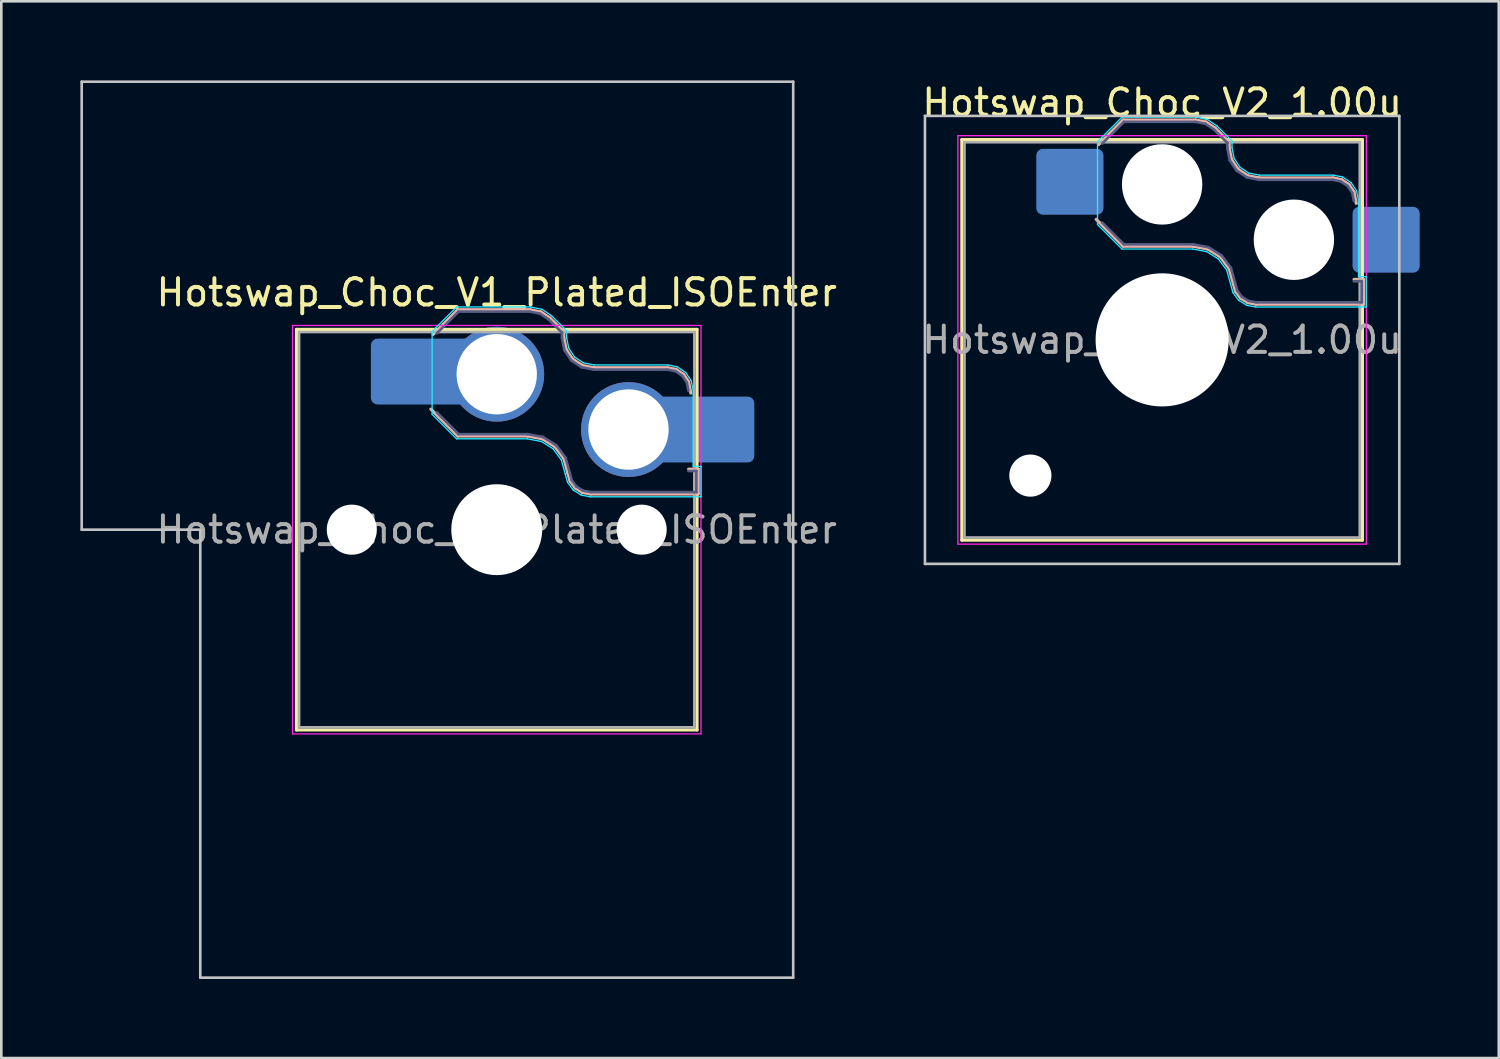
<source format=kicad_pcb>
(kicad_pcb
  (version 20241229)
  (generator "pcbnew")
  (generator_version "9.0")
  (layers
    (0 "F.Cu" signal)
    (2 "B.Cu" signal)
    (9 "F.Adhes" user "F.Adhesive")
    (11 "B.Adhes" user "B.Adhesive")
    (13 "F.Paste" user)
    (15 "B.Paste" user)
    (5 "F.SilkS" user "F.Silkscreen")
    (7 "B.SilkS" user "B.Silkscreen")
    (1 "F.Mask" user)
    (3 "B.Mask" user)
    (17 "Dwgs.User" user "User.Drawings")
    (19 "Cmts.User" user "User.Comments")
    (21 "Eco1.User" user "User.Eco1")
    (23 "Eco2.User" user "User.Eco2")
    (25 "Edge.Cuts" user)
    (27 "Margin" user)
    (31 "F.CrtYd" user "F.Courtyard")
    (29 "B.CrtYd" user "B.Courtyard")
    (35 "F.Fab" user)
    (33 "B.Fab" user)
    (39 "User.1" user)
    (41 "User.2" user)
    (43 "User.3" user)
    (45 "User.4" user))
  (footprint "Hotswap_Choc_V2_1.00u"
    (layer "F.Cu")
    (at 41.05 9.848)
    (property "Reference" "Hotswap_Choc_V2_1.00u" (at 0 -9 0) (layer "F.SilkS") (effects (font (size 1 1) (thickness 0.15))))
    (attr smd)
    (fp_line (start -7.6 -7.6) (end -7.6 7.6) (stroke (width 0.12) (type solid)) (layer "F.SilkS"))
    (fp_line (start -7.6 7.6) (end 7.6 7.6) (stroke (width 0.12) (type solid)) (layer "F.SilkS"))
    (fp_line (start 7.6 -7.6) (end -7.6 -7.6) (stroke (width 0.12) (type solid)) (layer "F.SilkS"))
    (fp_line (start 7.6 7.6) (end 7.6 -7.6) (stroke (width 0.12) (type solid)) (layer "F.SilkS"))
    (fp_line (start -2.416 -7.409) (end -1.479 -8.346) (stroke (width 0.12) (type solid)) (layer "B.SilkS"))
    (fp_line (start -1.479 -8.346) (end 1.268 -8.346) (stroke (width 0.12) (type solid)) (layer "B.SilkS"))
    (fp_line (start -1.479 -3.554) (end -2.5 -4.575) (stroke (width 0.12) (type solid)) (layer "B.SilkS"))
    (fp_line (start 1.168 -3.554) (end -1.479 -3.554) (stroke (width 0.12) (type solid)) (layer "B.SilkS"))
    (fp_line (start 1.268 -8.346) (end 1.671 -8.266) (stroke (width 0.12) (type solid)) (layer "B.SilkS"))
    (fp_line (start 1.671 -8.266) (end 2.013 -8.037) (stroke (width 0.12) (type solid)) (layer "B.SilkS"))
    (fp_line (start 1.73 -3.449) (end 1.168 -3.554) (stroke (width 0.12) (type solid)) (layer "B.SilkS"))
    (fp_line (start 2.013 -8.037) (end 2.546 -7.504) (stroke (width 0.12) (type solid)) (layer "B.SilkS"))
    (fp_line (start 2.209 -3.15) (end 1.73 -3.449) (stroke (width 0.12) (type solid)) (layer "B.SilkS"))
    (fp_line (start 2.546 -7.504) (end 2.546 -7.282) (stroke (width 0.12) (type solid)) (layer "B.SilkS"))
    (fp_line (start 2.546 -7.282) (end 2.633 -6.844) (stroke (width 0.12) (type solid)) (layer "B.SilkS"))
    (fp_line (start 2.547 -2.697) (end 2.209 -3.15) (stroke (width 0.12) (type solid)) (layer "B.SilkS"))
    (fp_line (start 2.633 -6.844) (end 2.877 -6.477) (stroke (width 0.12) (type solid)) (layer "B.SilkS"))
    (fp_line (start 2.701 -2.139) (end 2.547 -2.697) (stroke (width 0.12) (type solid)) (layer "B.SilkS"))
    (fp_line (start 2.783 -1.841) (end 2.701 -2.139) (stroke (width 0.12) (type solid)) (layer "B.SilkS"))
    (fp_line (start 2.877 -6.477) (end 3.244 -6.233) (stroke (width 0.12) (type solid)) (layer "B.SilkS"))
    (fp_line (start 2.976 -1.583) (end 2.783 -1.841) (stroke (width 0.12) (type solid)) (layer "B.SilkS"))
    (fp_line (start 3.244 -6.233) (end 3.682 -6.146) (stroke (width 0.12) (type solid)) (layer "B.SilkS"))
    (fp_line (start 3.25 -1.413) (end 2.976 -1.583) (stroke (width 0.12) (type solid)) (layer "B.SilkS"))
    (fp_line (start 3.56 -1.354) (end 3.25 -1.413) (stroke (width 0.12) (type solid)) (layer "B.SilkS"))
    (fp_line (start 3.682 -6.146) (end 6.482 -6.146) (stroke (width 0.12) (type solid)) (layer "B.SilkS"))
    (fp_line (start 6.482 -6.146) (end 6.809 -6.081) (stroke (width 0.12) (type solid)) (layer "B.SilkS"))
    (fp_line (start 6.809 -6.081) (end 7.092 -5.892) (stroke (width 0.12) (type solid)) (layer "B.SilkS"))
    (fp_line (start 7.092 -5.892) (end 7.281 -5.609) (stroke (width 0.12) (type solid)) (layer "B.SilkS"))
    (fp_line (start 7.281 -5.609) (end 7.366 -5.182) (stroke (width 0.12) (type solid)) (layer "B.SilkS"))
    (fp_line (start 7.283 -2.296) (end 7.646 -2.296) (stroke (width 0.12) (type solid)) (layer "B.SilkS"))
    (fp_line (start 7.646 -2.296) (end 7.646 -1.354) (stroke (width 0.12) (type solid)) (layer "B.SilkS"))
    (fp_line (start 7.646 -1.354) (end 3.56 -1.354) (stroke (width 0.12) (type solid)) (layer "B.SilkS"))
    (fp_line (start -9 -8.5) (end -9 8.5) (stroke (width 0.1) (type solid)) (layer "Dwgs.User"))
    (fp_line (start -9 8.5) (end 9 8.5) (stroke (width 0.1) (type solid)) (layer "Dwgs.User"))
    (fp_line (start 9 -8.5) (end -9 -8.5) (stroke (width 0.1) (type solid)) (layer "Dwgs.User"))
    (fp_line (start 9 8.5) (end 9 -8.5) (stroke (width 0.1) (type solid)) (layer "Dwgs.User"))
    (fp_line (start -7.25 -7.25) (end -7.25 7.25) (stroke (width 0.1) (type solid)) (layer "Eco1.User"))
    (fp_line (start -7.25 7.25) (end 7.25 7.25) (stroke (width 0.1) (type solid)) (layer "Eco1.User"))
    (fp_line (start 7.25 -7.25) (end -7.25 -7.25) (stroke (width 0.1) (type solid)) (layer "Eco1.User"))
    (fp_line (start 7.25 7.25) (end 7.25 -7.25) (stroke (width 0.1) (type solid)) (layer "Eco1.User"))
    (fp_line (start -2.452 -7.523) (end -1.523 -8.452) (stroke (width 0.05) (type solid)) (layer "B.CrtYd"))
    (fp_line (start -2.452 -4.377) (end -2.452 -7.523) (stroke (width 0.05) (type solid)) (layer "B.CrtYd"))
    (fp_line (start -1.523 -8.452) (end 1.278 -8.452) (stroke (width 0.05) (type solid)) (layer "B.CrtYd"))
    (fp_line (start -1.523 -3.448) (end -2.452 -4.377) (stroke (width 0.05) (type solid)) (layer "B.CrtYd"))
    (fp_line (start 1.159 -3.448) (end -1.523 -3.448) (stroke (width 0.05) (type solid)) (layer "B.CrtYd"))
    (fp_line (start 1.278 -8.452) (end 1.712 -8.366) (stroke (width 0.05) (type solid)) (layer "B.CrtYd"))
    (fp_line (start 1.691 -3.348) (end 1.159 -3.448) (stroke (width 0.05) (type solid)) (layer "B.CrtYd"))
    (fp_line (start 1.712 -8.366) (end 2.081 -8.119) (stroke (width 0.05) (type solid)) (layer "B.CrtYd"))
    (fp_line (start 2.081 -8.119) (end 2.652 -7.548) (stroke (width 0.05) (type solid)) (layer "B.CrtYd"))
    (fp_line (start 2.136 -3.071) (end 1.691 -3.348) (stroke (width 0.05) (type solid)) (layer "B.CrtYd"))
    (fp_line (start 2.45 -2.65) (end 2.136 -3.071) (stroke (width 0.05) (type solid)) (layer "B.CrtYd"))
    (fp_line (start 2.599 -2.111) (end 2.45 -2.65) (stroke (width 0.05) (type solid)) (layer "B.CrtYd"))
    (fp_line (start 2.652 -7.548) (end 2.652 -7.292) (stroke (width 0.05) (type solid)) (layer "B.CrtYd"))
    (fp_line (start 2.652 -7.292) (end 2.733 -6.885) (stroke (width 0.05) (type solid)) (layer "B.CrtYd"))
    (fp_line (start 2.687 -1.794) (end 2.599 -2.111) (stroke (width 0.05) (type solid)) (layer "B.CrtYd"))
    (fp_line (start 2.733 -6.885) (end 2.953 -6.553) (stroke (width 0.05) (type solid)) (layer "B.CrtYd"))
    (fp_line (start 2.903 -1.503) (end 2.687 -1.794) (stroke (width 0.05) (type solid)) (layer "B.CrtYd"))
    (fp_line (start 2.953 -6.553) (end 3.285 -6.333) (stroke (width 0.05) (type solid)) (layer "B.CrtYd"))
    (fp_line (start 3.211 -1.312) (end 2.903 -1.503) (stroke (width 0.05) (type solid)) (layer "B.CrtYd"))
    (fp_line (start 3.285 -6.333) (end 3.692 -6.252) (stroke (width 0.05) (type solid)) (layer "B.CrtYd"))
    (fp_line (start 3.55 -1.248) (end 3.211 -1.312) (stroke (width 0.05) (type solid)) (layer "B.CrtYd"))
    (fp_line (start 3.692 -6.252) (end 6.492 -6.252) (stroke (width 0.05) (type solid)) (layer "B.CrtYd"))
    (fp_line (start 6.492 -6.252) (end 6.85 -6.181) (stroke (width 0.05) (type solid)) (layer "B.CrtYd"))
    (fp_line (start 6.85 -6.181) (end 7.168 -5.968) (stroke (width 0.05) (type solid)) (layer "B.CrtYd"))
    (fp_line (start 7.168 -5.968) (end 7.381 -5.65) (stroke (width 0.05) (type solid)) (layer "B.CrtYd"))
    (fp_line (start 7.381 -5.65) (end 7.452 -5.292) (stroke (width 0.05) (type solid)) (layer "B.CrtYd"))
    (fp_line (start 7.452 -5.292) (end 7.452 -2.402) (stroke (width 0.05) (type solid)) (layer "B.CrtYd"))
    (fp_line (start 7.452 -2.402) (end 7.752 -2.402) (stroke (width 0.05) (type solid)) (layer "B.CrtYd"))
    (fp_line (start 7.752 -2.402) (end 7.752 -1.248) (stroke (width 0.05) (type solid)) (layer "B.CrtYd"))
    (fp_line (start 7.752 -1.248) (end 3.55 -1.248) (stroke (width 0.05) (type solid)) (layer "B.CrtYd"))
    (fp_line (start -7.75 -7.75) (end -7.75 7.75) (stroke (width 0.05) (type solid)) (layer "F.CrtYd"))
    (fp_line (start -7.75 7.75) (end 7.75 7.75) (stroke (width 0.05) (type solid)) (layer "F.CrtYd"))
    (fp_line (start 7.75 -7.75) (end -7.75 -7.75) (stroke (width 0.05) (type solid)) (layer "F.CrtYd"))
    (fp_line (start 7.75 7.75) (end 7.75 -7.75) (stroke (width 0.05) (type solid)) (layer "F.CrtYd"))
    (fp_line (start -2.275 -7.45) (end -1.45 -8.275) (stroke (width 0.1) (type solid)) (layer "B.Fab"))
    (fp_line (start -1.45 -8.275) (end 1.261 -8.275) (stroke (width 0.1) (type solid)) (layer "B.Fab"))
    (fp_line (start -1.45 -3.625) (end -2.275 -4.45) (stroke (width 0.1) (type solid)) (layer "B.Fab"))
    (fp_line (start 1.175 -3.625) (end -1.45 -3.625) (stroke (width 0.1) (type solid)) (layer "B.Fab"))
    (fp_line (start 1.261 -8.275) (end 1.643 -8.199) (stroke (width 0.1) (type solid)) (layer "B.Fab"))
    (fp_line (start 1.643 -8.199) (end 1.968 -7.982) (stroke (width 0.1) (type solid)) (layer "B.Fab"))
    (fp_line (start 1.756 -3.516) (end 1.175 -3.625) (stroke (width 0.1) (type solid)) (layer "B.Fab"))
    (fp_line (start 1.968 -7.982) (end 2.475 -7.475) (stroke (width 0.1) (type solid)) (layer "B.Fab"))
    (fp_line (start 2.258 -3.203) (end 1.756 -3.516) (stroke (width 0.1) (type solid)) (layer "B.Fab"))
    (fp_line (start 2.475 -7.475) (end 2.475 -7.275) (stroke (width 0.1) (type solid)) (layer "B.Fab"))
    (fp_line (start 2.475 -7.275) (end 2.566 -6.816) (stroke (width 0.1) (type solid)) (layer "B.Fab"))
    (fp_line (start 2.566 -6.816) (end 2.826 -6.426) (stroke (width 0.1) (type solid)) (layer "B.Fab"))
    (fp_line (start 2.612 -2.729) (end 2.258 -3.203) (stroke (width 0.1) (type solid)) (layer "B.Fab"))
    (fp_line (start 2.769 -2.158) (end 2.612 -2.729) (stroke (width 0.1) (type solid)) (layer "B.Fab"))
    (fp_line (start 2.826 -6.426) (end 3.216 -6.166) (stroke (width 0.1) (type solid)) (layer "B.Fab"))
    (fp_line (start 2.848 -1.873) (end 2.769 -2.158) (stroke (width 0.1) (type solid)) (layer "B.Fab"))
    (fp_line (start 3.025 -1.636) (end 2.848 -1.873) (stroke (width 0.1) (type solid)) (layer "B.Fab"))
    (fp_line (start 3.216 -6.166) (end 3.675 -6.075) (stroke (width 0.1) (type solid)) (layer "B.Fab"))
    (fp_line (start 3.276 -1.48) (end 3.025 -1.636) (stroke (width 0.1) (type solid)) (layer "B.Fab"))
    (fp_line (start 3.567 -1.425) (end 3.276 -1.48) (stroke (width 0.1) (type solid)) (layer "B.Fab"))
    (fp_line (start 3.675 -6.075) (end 6.475 -6.075) (stroke (width 0.1) (type solid)) (layer "B.Fab"))
    (fp_line (start 6.475 -6.075) (end 6.781 -6.014) (stroke (width 0.1) (type solid)) (layer "B.Fab"))
    (fp_line (start 6.781 -6.014) (end 7.041 -5.841) (stroke (width 0.1) (type solid)) (layer "B.Fab"))
    (fp_line (start 7.041 -5.841) (end 7.214 -5.581) (stroke (width 0.1) (type solid)) (layer "B.Fab"))
    (fp_line (start 7.214 -5.581) (end 7.275 -5.275) (stroke (width 0.1) (type solid)) (layer "B.Fab"))
    (fp_line (start 7.275 -2.225) (end 7.575 -2.225) (stroke (width 0.1) (type solid)) (layer "B.Fab"))
    (fp_line (start 7.575 -2.225) (end 7.575 -1.425) (stroke (width 0.1) (type solid)) (layer "B.Fab"))
    (fp_line (start 7.575 -1.425) (end 3.567 -1.425) (stroke (width 0.1) (type solid)) (layer "B.Fab"))
    (fp_line (start -7.5 -7.5) (end -7.5 7.5) (stroke (width 0.1) (type solid)) (layer "F.Fab"))
    (fp_line (start -7.5 7.5) (end 7.5 7.5) (stroke (width 0.1) (type solid)) (layer "F.Fab"))
    (fp_line (start 7.5 -7.5) (end -7.5 -7.5) (stroke (width 0.1) (type solid)) (layer "F.Fab"))
    (fp_line (start 7.5 7.5) (end 7.5 -7.5) (stroke (width 0.1) (type solid)) (layer "F.Fab"))
    (fp_text user "${REFERENCE}" (at 0 0 0) (layer "F.Fab") (effects (font (size 1 1) (thickness 0.15))))
    (pad "" np_thru_hole circle (at -5 5.15) (size 1.6 1.6) (drill 1.6) (layers "*.Cu" "*.Mask"))
    (pad "" np_thru_hole circle (at 0 -5.9) (size 3.05 3.05) (drill 3.05) (layers "*.Cu" "*.Mask"))
    (pad "" np_thru_hole circle (at 0 0) (size 5.05 5.05) (drill 5.05) (layers "*.Cu" "*.Mask"))
    (pad "" np_thru_hole circle (at 5 -3.8) (size 3.05 3.05) (drill 3.05) (layers "*.Cu" "*.Mask"))
    (pad "1" smd roundrect (at -3.5 -6) (size 2.55 2.5) (layers "B.Cu" "B.Mask" "B.Paste") (roundrect_rratio 0.1))
    (pad "2" smd roundrect (at 8.5 -3.8) (size 2.55 2.5) (layers "B.Cu" "B.Mask" "B.Paste") (roundrect_rratio 0.1)))
  (footprint "Hotswap_Choc_V1_Plated_ISOEnter"
    (layer "F.Cu")
    (at 15.8 17.05)
    (property "Reference" "Hotswap_Choc_V1_Plated_ISOEnter" (at 0 -9 0) (layer "F.SilkS") (effects (font (size 1 1) (thickness 0.15))))
    (attr smd allow_soldermask_bridges)
    (fp_line (start -7.6 -7.6) (end -7.6 7.6) (stroke (width 0.12) (type solid)) (layer "F.SilkS"))
    (fp_line (start -7.6 7.6) (end 7.6 7.6) (stroke (width 0.12) (type solid)) (layer "F.SilkS"))
    (fp_line (start 7.6 -7.6) (end -7.6 -7.6) (stroke (width 0.12) (type solid)) (layer "F.SilkS"))
    (fp_line (start 7.6 7.6) (end 7.6 -7.6) (stroke (width 0.12) (type solid)) (layer "F.SilkS"))
    (fp_line (start -2.416 -7.409) (end -1.479 -8.346) (stroke (width 0.12) (type solid)) (layer "B.SilkS"))
    (fp_line (start -1.479 -8.346) (end 1.268 -8.346) (stroke (width 0.12) (type solid)) (layer "B.SilkS"))
    (fp_line (start -1.479 -3.554) (end -2.5 -4.575) (stroke (width 0.12) (type solid)) (layer "B.SilkS"))
    (fp_line (start 1.168 -3.554) (end -1.479 -3.554) (stroke (width 0.12) (type solid)) (layer "B.SilkS"))
    (fp_line (start 1.268 -8.346) (end 1.671 -8.266) (stroke (width 0.12) (type solid)) (layer "B.SilkS"))
    (fp_line (start 1.671 -8.266) (end 2.013 -8.037) (stroke (width 0.12) (type solid)) (layer "B.SilkS"))
    (fp_line (start 1.73 -3.449) (end 1.168 -3.554) (stroke (width 0.12) (type solid)) (layer "B.SilkS"))
    (fp_line (start 2.013 -8.037) (end 2.546 -7.504) (stroke (width 0.12) (type solid)) (layer "B.SilkS"))
    (fp_line (start 2.209 -3.15) (end 1.73 -3.449) (stroke (width 0.12) (type solid)) (layer "B.SilkS"))
    (fp_line (start 2.546 -7.504) (end 2.546 -7.282) (stroke (width 0.12) (type solid)) (layer "B.SilkS"))
    (fp_line (start 2.546 -7.282) (end 2.633 -6.844) (stroke (width 0.12) (type solid)) (layer "B.SilkS"))
    (fp_line (start 2.547 -2.697) (end 2.209 -3.15) (stroke (width 0.12) (type solid)) (layer "B.SilkS"))
    (fp_line (start 2.633 -6.844) (end 2.877 -6.477) (stroke (width 0.12) (type solid)) (layer "B.SilkS"))
    (fp_line (start 2.701 -2.139) (end 2.547 -2.697) (stroke (width 0.12) (type solid)) (layer "B.SilkS"))
    (fp_line (start 2.783 -1.841) (end 2.701 -2.139) (stroke (width 0.12) (type solid)) (layer "B.SilkS"))
    (fp_line (start 2.877 -6.477) (end 3.244 -6.233) (stroke (width 0.12) (type solid)) (layer "B.SilkS"))
    (fp_line (start 2.976 -1.583) (end 2.783 -1.841) (stroke (width 0.12) (type solid)) (layer "B.SilkS"))
    (fp_line (start 3.244 -6.233) (end 3.682 -6.146) (stroke (width 0.12) (type solid)) (layer "B.SilkS"))
    (fp_line (start 3.25 -1.413) (end 2.976 -1.583) (stroke (width 0.12) (type solid)) (layer "B.SilkS"))
    (fp_line (start 3.56 -1.354) (end 3.25 -1.413) (stroke (width 0.12) (type solid)) (layer "B.SilkS"))
    (fp_line (start 3.682 -6.146) (end 6.482 -6.146) (stroke (width 0.12) (type solid)) (layer "B.SilkS"))
    (fp_line (start 6.482 -6.146) (end 6.809 -6.081) (stroke (width 0.12) (type solid)) (layer "B.SilkS"))
    (fp_line (start 6.809 -6.081) (end 7.092 -5.892) (stroke (width 0.12) (type solid)) (layer "B.SilkS"))
    (fp_line (start 7.092 -5.892) (end 7.281 -5.609) (stroke (width 0.12) (type solid)) (layer "B.SilkS"))
    (fp_line (start 7.281 -5.609) (end 7.366 -5.182) (stroke (width 0.12) (type solid)) (layer "B.SilkS"))
    (fp_line (start 7.283 -2.296) (end 7.646 -2.296) (stroke (width 0.12) (type solid)) (layer "B.SilkS"))
    (fp_line (start 7.646 -2.296) (end 7.646 -1.354) (stroke (width 0.12) (type solid)) (layer "B.SilkS"))
    (fp_line (start 7.646 -1.354) (end 3.56 -1.354) (stroke (width 0.12) (type solid)) (layer "B.SilkS"))
    (fp_line (start -15.75 -17) (end -15.75 0) (stroke (width 0.1) (type solid)) (layer "Dwgs.User"))
    (fp_line (start -15.75 0) (end -11.25 0) (stroke (width 0.1) (type solid)) (layer "Dwgs.User"))
    (fp_line (start -11.25 0) (end -11.25 17) (stroke (width 0.1) (type solid)) (layer "Dwgs.User"))
    (fp_line (start -11.25 17) (end 11.25 17) (stroke (width 0.1) (type solid)) (layer "Dwgs.User"))
    (fp_line (start 11.25 -17) (end -15.75 -17) (stroke (width 0.1) (type solid)) (layer "Dwgs.User"))
    (fp_line (start 11.25 17) (end 11.25 -17) (stroke (width 0.1) (type solid)) (layer "Dwgs.User"))
    (fp_line (start -7.25 -7.25) (end -7.25 7.25) (stroke (width 0.1) (type solid)) (layer "Eco1.User"))
    (fp_line (start -7.25 7.25) (end 7.25 7.25) (stroke (width 0.1) (type solid)) (layer "Eco1.User"))
    (fp_line (start 7.25 -7.25) (end -7.25 -7.25) (stroke (width 0.1) (type solid)) (layer "Eco1.User"))
    (fp_line (start 7.25 7.25) (end 7.25 -7.25) (stroke (width 0.1) (type solid)) (layer "Eco1.User"))
    (fp_line (start -2.452 -7.523) (end -1.523 -8.452) (stroke (width 0.05) (type solid)) (layer "B.CrtYd"))
    (fp_line (start -2.452 -4.377) (end -2.452 -7.523) (stroke (width 0.05) (type solid)) (layer "B.CrtYd"))
    (fp_line (start -1.523 -8.452) (end 1.278 -8.452) (stroke (width 0.05) (type solid)) (layer "B.CrtYd"))
    (fp_line (start -1.523 -3.448) (end -2.452 -4.377) (stroke (width 0.05) (type solid)) (layer "B.CrtYd"))
    (fp_line (start 1.159 -3.448) (end -1.523 -3.448) (stroke (width 0.05) (type solid)) (layer "B.CrtYd"))
    (fp_line (start 1.278 -8.452) (end 1.712 -8.366) (stroke (width 0.05) (type solid)) (layer "B.CrtYd"))
    (fp_line (start 1.691 -3.348) (end 1.159 -3.448) (stroke (width 0.05) (type solid)) (layer "B.CrtYd"))
    (fp_line (start 1.712 -8.366) (end 2.081 -8.119) (stroke (width 0.05) (type solid)) (layer "B.CrtYd"))
    (fp_line (start 2.081 -8.119) (end 2.652 -7.548) (stroke (width 0.05) (type solid)) (layer "B.CrtYd"))
    (fp_line (start 2.136 -3.071) (end 1.691 -3.348) (stroke (width 0.05) (type solid)) (layer "B.CrtYd"))
    (fp_line (start 2.45 -2.65) (end 2.136 -3.071) (stroke (width 0.05) (type solid)) (layer "B.CrtYd"))
    (fp_line (start 2.599 -2.111) (end 2.45 -2.65) (stroke (width 0.05) (type solid)) (layer "B.CrtYd"))
    (fp_line (start 2.652 -7.548) (end 2.652 -7.292) (stroke (width 0.05) (type solid)) (layer "B.CrtYd"))
    (fp_line (start 2.652 -7.292) (end 2.733 -6.885) (stroke (width 0.05) (type solid)) (layer "B.CrtYd"))
    (fp_line (start 2.687 -1.794) (end 2.599 -2.111) (stroke (width 0.05) (type solid)) (layer "B.CrtYd"))
    (fp_line (start 2.733 -6.885) (end 2.953 -6.553) (stroke (width 0.05) (type solid)) (layer "B.CrtYd"))
    (fp_line (start 2.903 -1.503) (end 2.687 -1.794) (stroke (width 0.05) (type solid)) (layer "B.CrtYd"))
    (fp_line (start 2.953 -6.553) (end 3.285 -6.333) (stroke (width 0.05) (type solid)) (layer "B.CrtYd"))
    (fp_line (start 3.211 -1.312) (end 2.903 -1.503) (stroke (width 0.05) (type solid)) (layer "B.CrtYd"))
    (fp_line (start 3.285 -6.333) (end 3.692 -6.252) (stroke (width 0.05) (type solid)) (layer "B.CrtYd"))
    (fp_line (start 3.55 -1.248) (end 3.211 -1.312) (stroke (width 0.05) (type solid)) (layer "B.CrtYd"))
    (fp_line (start 3.692 -6.252) (end 6.492 -6.252) (stroke (width 0.05) (type solid)) (layer "B.CrtYd"))
    (fp_line (start 6.492 -6.252) (end 6.85 -6.181) (stroke (width 0.05) (type solid)) (layer "B.CrtYd"))
    (fp_line (start 6.85 -6.181) (end 7.168 -5.968) (stroke (width 0.05) (type solid)) (layer "B.CrtYd"))
    (fp_line (start 7.168 -5.968) (end 7.381 -5.65) (stroke (width 0.05) (type solid)) (layer "B.CrtYd"))
    (fp_line (start 7.381 -5.65) (end 7.452 -5.292) (stroke (width 0.05) (type solid)) (layer "B.CrtYd"))
    (fp_line (start 7.452 -5.292) (end 7.452 -2.402) (stroke (width 0.05) (type solid)) (layer "B.CrtYd"))
    (fp_line (start 7.452 -2.402) (end 7.752 -2.402) (stroke (width 0.05) (type solid)) (layer "B.CrtYd"))
    (fp_line (start 7.752 -2.402) (end 7.752 -1.248) (stroke (width 0.05) (type solid)) (layer "B.CrtYd"))
    (fp_line (start 7.752 -1.248) (end 3.55 -1.248) (stroke (width 0.05) (type solid)) (layer "B.CrtYd"))
    (fp_line (start -7.75 -7.75) (end -7.75 7.75) (stroke (width 0.05) (type solid)) (layer "F.CrtYd"))
    (fp_line (start -7.75 7.75) (end 7.75 7.75) (stroke (width 0.05) (type solid)) (layer "F.CrtYd"))
    (fp_line (start 7.75 -7.75) (end -7.75 -7.75) (stroke (width 0.05) (type solid)) (layer "F.CrtYd"))
    (fp_line (start 7.75 7.75) (end 7.75 -7.75) (stroke (width 0.05) (type solid)) (layer "F.CrtYd"))
    (fp_line (start -2.275 -7.45) (end -1.45 -8.275) (stroke (width 0.1) (type solid)) (layer "B.Fab"))
    (fp_line (start -1.45 -8.275) (end 1.261 -8.275) (stroke (width 0.1) (type solid)) (layer "B.Fab"))
    (fp_line (start -1.45 -3.625) (end -2.275 -4.45) (stroke (width 0.1) (type solid)) (layer "B.Fab"))
    (fp_line (start 1.175 -3.625) (end -1.45 -3.625) (stroke (width 0.1) (type solid)) (layer "B.Fab"))
    (fp_line (start 1.261 -8.275) (end 1.643 -8.199) (stroke (width 0.1) (type solid)) (layer "B.Fab"))
    (fp_line (start 1.643 -8.199) (end 1.968 -7.982) (stroke (width 0.1) (type solid)) (layer "B.Fab"))
    (fp_line (start 1.756 -3.516) (end 1.175 -3.625) (stroke (width 0.1) (type solid)) (layer "B.Fab"))
    (fp_line (start 1.968 -7.982) (end 2.475 -7.475) (stroke (width 0.1) (type solid)) (layer "B.Fab"))
    (fp_line (start 2.258 -3.203) (end 1.756 -3.516) (stroke (width 0.1) (type solid)) (layer "B.Fab"))
    (fp_line (start 2.475 -7.475) (end 2.475 -7.275) (stroke (width 0.1) (type solid)) (layer "B.Fab"))
    (fp_line (start 2.475 -7.275) (end 2.566 -6.816) (stroke (width 0.1) (type solid)) (layer "B.Fab"))
    (fp_line (start 2.566 -6.816) (end 2.826 -6.426) (stroke (width 0.1) (type solid)) (layer "B.Fab"))
    (fp_line (start 2.612 -2.729) (end 2.258 -3.203) (stroke (width 0.1) (type solid)) (layer "B.Fab"))
    (fp_line (start 2.769 -2.158) (end 2.612 -2.729) (stroke (width 0.1) (type solid)) (layer "B.Fab"))
    (fp_line (start 2.826 -6.426) (end 3.216 -6.166) (stroke (width 0.1) (type solid)) (layer "B.Fab"))
    (fp_line (start 2.848 -1.873) (end 2.769 -2.158) (stroke (width 0.1) (type solid)) (layer "B.Fab"))
    (fp_line (start 3.025 -1.636) (end 2.848 -1.873) (stroke (width 0.1) (type solid)) (layer "B.Fab"))
    (fp_line (start 3.216 -6.166) (end 3.675 -6.075) (stroke (width 0.1) (type solid)) (layer "B.Fab"))
    (fp_line (start 3.276 -1.48) (end 3.025 -1.636) (stroke (width 0.1) (type solid)) (layer "B.Fab"))
    (fp_line (start 3.567 -1.425) (end 3.276 -1.48) (stroke (width 0.1) (type solid)) (layer "B.Fab"))
    (fp_line (start 3.675 -6.075) (end 6.475 -6.075) (stroke (width 0.1) (type solid)) (layer "B.Fab"))
    (fp_line (start 6.475 -6.075) (end 6.781 -6.014) (stroke (width 0.1) (type solid)) (layer "B.Fab"))
    (fp_line (start 6.781 -6.014) (end 7.041 -5.841) (stroke (width 0.1) (type solid)) (layer "B.Fab"))
    (fp_line (start 7.041 -5.841) (end 7.214 -5.581) (stroke (width 0.1) (type solid)) (layer "B.Fab"))
    (fp_line (start 7.214 -5.581) (end 7.275 -5.275) (stroke (width 0.1) (type solid)) (layer "B.Fab"))
    (fp_line (start 7.275 -2.225) (end 7.575 -2.225) (stroke (width 0.1) (type solid)) (layer "B.Fab"))
    (fp_line (start 7.575 -2.225) (end 7.575 -1.425) (stroke (width 0.1) (type solid)) (layer "B.Fab"))
    (fp_line (start 7.575 -1.425) (end 3.567 -1.425) (stroke (width 0.1) (type solid)) (layer "B.Fab"))
    (fp_line (start -7.5 -7.5) (end -7.5 7.5) (stroke (width 0.1) (type solid)) (layer "F.Fab"))
    (fp_line (start -7.5 7.5) (end 7.5 7.5) (stroke (width 0.1) (type solid)) (layer "F.Fab"))
    (fp_line (start 7.5 -7.5) (end -7.5 -7.5) (stroke (width 0.1) (type solid)) (layer "F.Fab"))
    (fp_line (start 7.5 7.5) (end 7.5 -7.5) (stroke (width 0.1) (type solid)) (layer "F.Fab"))
    (fp_text user "${REFERENCE}" (at 0 0 0) (layer "F.Fab") (effects (font (size 1 1) (thickness 0.15))))
    (pad "" np_thru_hole circle (at -5.5 0) (size 1.9 1.9) (drill 1.9) (layers "*.Cu" "*.Mask"))
    (pad "" smd roundrect (at -3.5 -6) (size 2.55 2.5) (layers "B.Mask" "B.Paste") (roundrect_rratio 0.1))
    (pad "" np_thru_hole circle (at 0 0) (size 3.45 3.45) (drill 3.45) (layers "*.Cu" "*.Mask"))
    (pad "" np_thru_hole circle (at 5.5 0) (size 1.9 1.9) (drill 1.9) (layers "*.Cu" "*.Mask"))
    (pad "" smd roundrect (at 8.5 -3.8) (size 2.55 2.5) (layers "B.Mask" "B.Paste") (roundrect_rratio 0.1))
    (pad "1" smd roundrect (at -2.85 -6) (size 3.85 2.5) (layers "B.Cu") (roundrect_rratio 0.1))
    (pad "1" thru_hole circle (at 0 -5.9) (size 3.6 3.6) (drill 3.05) (layers "*.Cu" "*.Mask"))
    (pad "2" thru_hole circle (at 5 -3.8) (size 3.6 3.6) (drill 3.05) (layers "*.Cu" "*.Mask"))
    (pad "2" smd roundrect (at 7.85 -3.8) (size 3.85 2.5) (layers "B.Cu") (roundrect_rratio 0.1)))
  (gr_rect
    (start -3 -3)
    (end 53.825 37.1)
    (stroke (width 0.1) (type default))
    (fill no)
    (layer "Edge.Cuts")))
</source>
